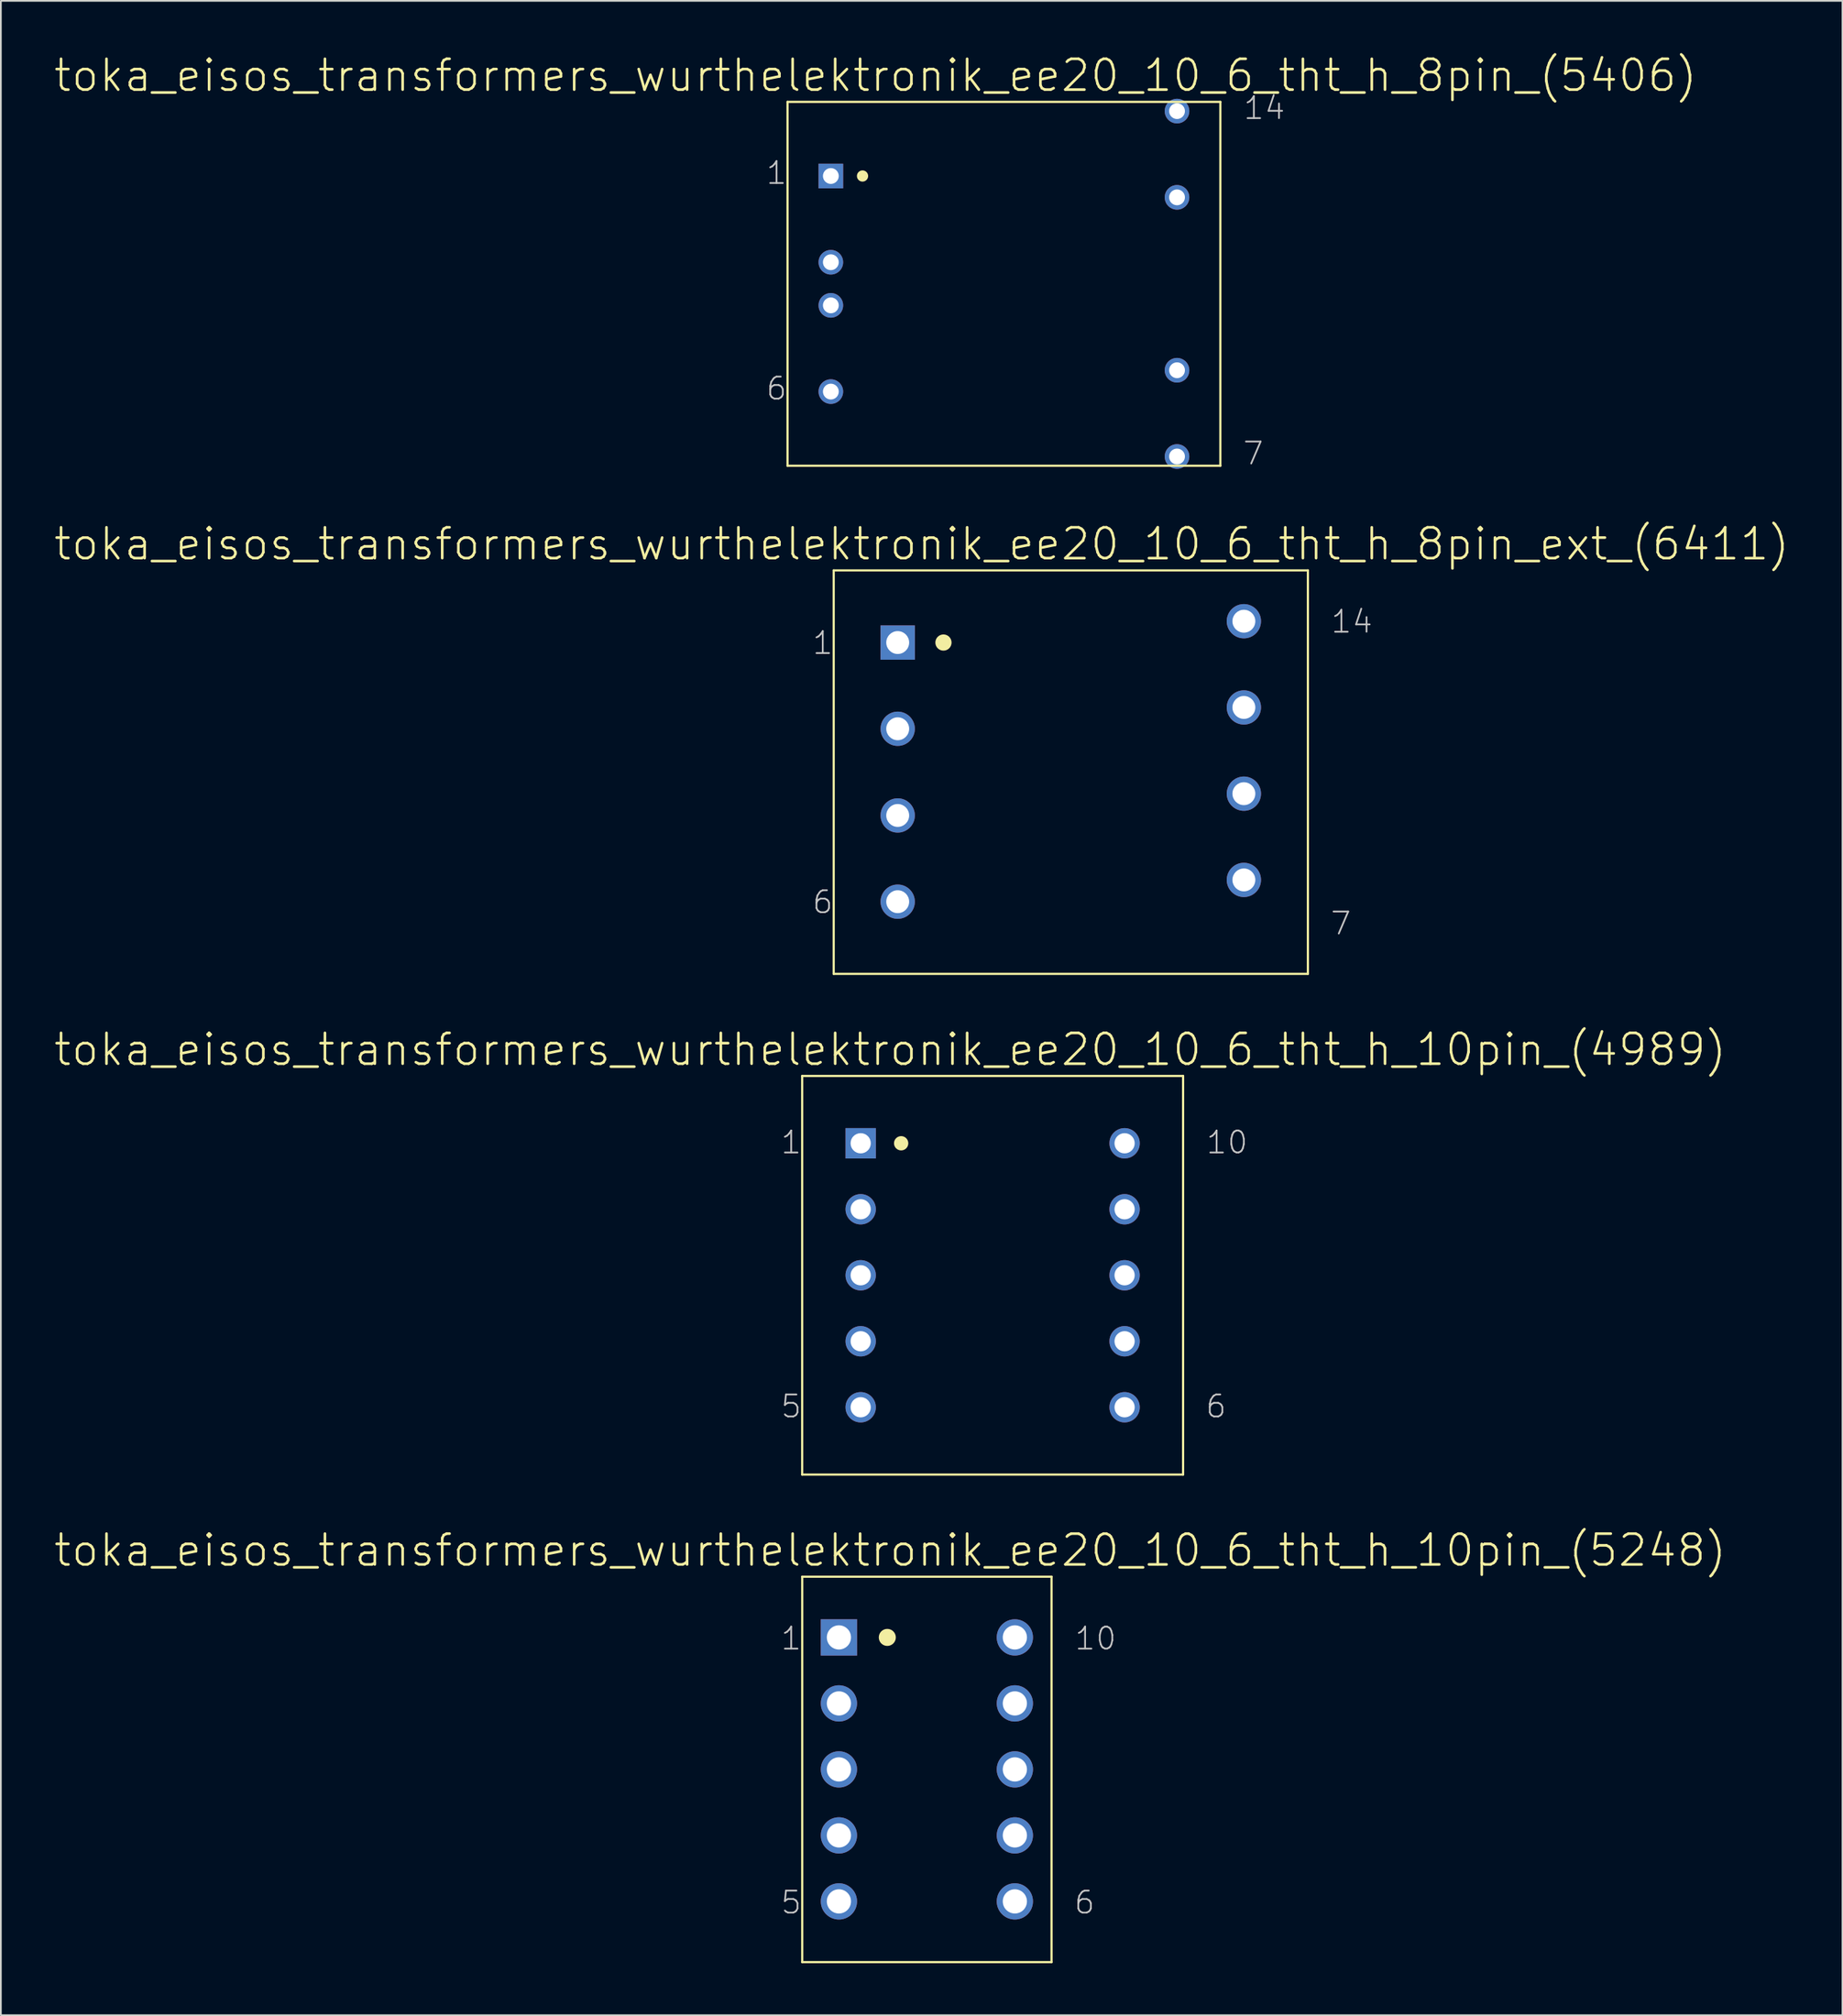
<source format=kicad_pcb>
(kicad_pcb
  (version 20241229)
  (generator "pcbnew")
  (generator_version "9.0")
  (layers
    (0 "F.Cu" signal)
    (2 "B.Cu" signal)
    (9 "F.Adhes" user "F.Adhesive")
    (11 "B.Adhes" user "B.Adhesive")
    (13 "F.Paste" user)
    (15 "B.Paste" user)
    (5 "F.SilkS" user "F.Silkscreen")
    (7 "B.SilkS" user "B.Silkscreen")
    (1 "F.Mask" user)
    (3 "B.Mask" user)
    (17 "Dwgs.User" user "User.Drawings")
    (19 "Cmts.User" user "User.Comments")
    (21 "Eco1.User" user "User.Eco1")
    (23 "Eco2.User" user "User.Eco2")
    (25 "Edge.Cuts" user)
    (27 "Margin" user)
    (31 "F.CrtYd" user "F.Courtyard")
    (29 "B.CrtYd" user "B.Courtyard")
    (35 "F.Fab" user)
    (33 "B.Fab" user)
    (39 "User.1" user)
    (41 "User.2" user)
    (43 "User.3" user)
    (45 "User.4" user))
  (footprint "toka_eisos_transformers_wurthelektronik_ee20_10_6_tht_h_10pin_(4989)"
    (layer "F.Cu")
    (at 54.271 70.572)
    (property "Reference" "toka_eisos_transformers_wurthelektronik_ee20_10_6_tht_h_10pin_(4989)" (at -5.918 -13.03 0) (layer "F.SilkS") (effects (font (size 1.778 1.778) (thickness 0.152))))
    (attr exclude_from_pos_files exclude_from_bom)
    (fp_line (start -10.998 -11.506) (end -10.998 11.506) (stroke (width 0.127) (type solid)) (layer "F.SilkS"))
    (fp_line (start -10.998 -11.506) (end 10.998 -11.506) (stroke (width 0.127) (type solid)) (layer "F.SilkS"))
    (fp_line (start -10.998 11.506) (end 10.998 11.506) (stroke (width 0.127) (type solid)) (layer "F.SilkS"))
    (fp_line (start 10.998 -11.506) (end 10.998 11.506) (stroke (width 0.127) (type solid)) (layer "F.SilkS"))
    (fp_circle (center -5.283 -7.62) (end -5.575 -7.912) (stroke (width 0) (type solid)) (fill yes) (layer "F.SilkS"))
    (fp_text user "5" (at -11.633 7.569 0) (layer "Dwgs.User") (effects (font (size 1.27 1.27) (thickness 0.102))))
    (fp_text user "1" (at -11.633 -7.671 0) (layer "Dwgs.User") (effects (font (size 1.27 1.27) (thickness 0.102))))
    (fp_text user "6" (at 12.903 7.569 0) (layer "Dwgs.User") (effects (font (size 1.27 1.27) (thickness 0.102))))
    (fp_text user "10" (at 13.538 -7.671 0) (layer "Dwgs.User") (effects (font (size 1.27 1.27) (thickness 0.102))))
    (pad "1" thru_hole rect (at -7.62 -7.62) (size 1.753 1.753) (drill 1.168) (layers "*.Cu" "*.Paste" "*.Mask"))
    (pad "2" thru_hole circle (at -7.62 -3.81) (size 1.753 1.753) (drill 1.168) (layers "*.Cu" "*.Paste" "*.Mask"))
    (pad "3" thru_hole circle (at -7.62 0) (size 1.753 1.753) (drill 1.168) (layers "*.Cu" "*.Paste" "*.Mask"))
    (pad "4" thru_hole circle (at -7.62 3.81) (size 1.753 1.753) (drill 1.168) (layers "*.Cu" "*.Paste" "*.Mask"))
    (pad "5" thru_hole circle (at -7.62 7.62) (size 1.753 1.753) (drill 1.168) (layers "*.Cu" "*.Paste" "*.Mask"))
    (pad "6" thru_hole circle (at 7.62 7.62) (size 1.753 1.753) (drill 1.168) (layers "*.Cu" "*.Paste" "*.Mask"))
    (pad "7" thru_hole circle (at 7.62 3.81) (size 1.753 1.753) (drill 1.168) (layers "*.Cu" "*.Paste" "*.Mask"))
    (pad "8" thru_hole circle (at 7.62 0) (size 1.753 1.753) (drill 1.168) (layers "*.Cu" "*.Paste" "*.Mask"))
    (pad "9" thru_hole circle (at 7.62 -3.81) (size 1.753 1.753) (drill 1.168) (layers "*.Cu" "*.Paste" "*.Mask"))
    (pad "10" thru_hole circle (at 7.62 -7.62) (size 1.753 1.753) (drill 1.168) (layers "*.Cu" "*.Paste" "*.Mask")))
  (footprint "toka_eisos_transformers_wurthelektronik_ee20_10_6_tht_h_8pin_(5406)"
    (layer "F.Cu")
    (at 54.923 13.334)
    (property "Reference" "toka_eisos_transformers_wurthelektronik_ee20_10_6_tht_h_8pin_(5406)" (at -7.417 -12.027 0) (layer "F.SilkS") (effects (font (size 1.778 1.778) (thickness 0.152))))
    (attr exclude_from_pos_files exclude_from_bom)
    (fp_line (start -12.497 -10.503) (end -12.497 10.503) (stroke (width 0.127) (type solid)) (layer "F.SilkS"))
    (fp_line (start -12.497 -10.503) (end 12.497 -10.503) (stroke (width 0.127) (type solid)) (layer "F.SilkS"))
    (fp_line (start -12.497 10.503) (end 12.497 10.503) (stroke (width 0.127) (type solid)) (layer "F.SilkS"))
    (fp_line (start 12.497 -10.503) (end 12.497 10.503) (stroke (width 0.127) (type solid)) (layer "F.SilkS"))
    (fp_circle (center -8.166 -6.223) (end -8.395 -6.452) (stroke (width 0) (type solid)) (fill yes) (layer "F.SilkS"))
    (fp_text user "14" (at 15.037 -10.147 0) (layer "Dwgs.User") (effects (font (size 1.27 1.27) (thickness 0.102))))
    (fp_text user "7" (at 14.399 9.792 0) (layer "Dwgs.User") (effects (font (size 1.27 1.27) (thickness 0.102))))
    (fp_text user "1" (at -13.132 -6.401 0) (layer "Dwgs.User") (effects (font (size 1.27 1.27) (thickness 0.102))))
    (fp_text user "6" (at -13.132 6.045 0) (layer "Dwgs.User") (effects (font (size 1.27 1.27) (thickness 0.102))))
    (pad "1" thru_hole rect (at -9.995 -6.223) (size 1.422 1.422) (drill 0.914) (layers "*.Cu" "*.Paste" "*.Mask"))
    (pad "3" thru_hole circle (at -9.995 -1.245) (size 1.422 1.422) (drill 0.914) (layers "*.Cu" "*.Paste" "*.Mask"))
    (pad "4" thru_hole circle (at -9.995 1.245) (size 1.422 1.422) (drill 0.914) (layers "*.Cu" "*.Paste" "*.Mask"))
    (pad "6" thru_hole circle (at -9.995 6.223) (size 1.422 1.422) (drill 0.914) (layers "*.Cu" "*.Paste" "*.Mask"))
    (pad "7" thru_hole circle (at 9.995 9.97) (size 1.422 1.422) (drill 0.914) (layers "*.Cu" "*.Paste" "*.Mask"))
    (pad "9" thru_hole circle (at 9.995 4.991) (size 1.422 1.422) (drill 0.914) (layers "*.Cu" "*.Paste" "*.Mask"))
    (pad "12" thru_hole circle (at 9.995 -4.991) (size 1.422 1.422) (drill 0.914) (layers "*.Cu" "*.Paste" "*.Mask"))
    (pad "14" thru_hole circle (at 9.995 -9.97) (size 1.422 1.422) (drill 0.914) (layers "*.Cu" "*.Paste" "*.Mask")))
  (footprint "toka_eisos_transformers_wurthelektronik_ee20_10_6_tht_h_8pin_ext_(6411)"
    (layer "F.Cu")
    (at 58.784 41.525)
    (property "Reference" "toka_eisos_transformers_wurthelektronik_ee20_10_6_tht_h_8pin_ext_(6411)" (at -8.611 -13.17 0) (layer "F.SilkS") (effects (font (size 1.778 1.778) (thickness 0.152))))
    (attr exclude_from_pos_files exclude_from_bom)
    (fp_line (start -13.691 -11.646) (end -13.691 11.646) (stroke (width 0.127) (type solid)) (layer "F.SilkS"))
    (fp_line (start -13.691 -11.646) (end 13.691 -11.646) (stroke (width 0.127) (type solid)) (layer "F.SilkS"))
    (fp_line (start -13.691 11.646) (end 13.691 11.646) (stroke (width 0.127) (type solid)) (layer "F.SilkS"))
    (fp_line (start 13.691 -11.646) (end 13.691 11.646) (stroke (width 0.127) (type solid)) (layer "F.SilkS"))
    (fp_circle (center -7.353 -7.48) (end -7.684 -7.811) (stroke (width 0) (type solid)) (fill yes) (layer "F.SilkS"))
    (fp_text user "7" (at 15.596 8.735 0) (layer "Dwgs.User") (effects (font (size 1.27 1.27) (thickness 0.102))))
    (fp_text user "1" (at -14.323 -7.455 0) (layer "Dwgs.User") (effects (font (size 1.27 1.27) (thickness 0.102))))
    (fp_text user "14" (at 16.231 -8.687 0) (layer "Dwgs.User") (effects (font (size 1.27 1.27) (thickness 0.102))))
    (fp_text user "6" (at -14.323 7.506 0) (layer "Dwgs.User") (effects (font (size 1.27 1.27) (thickness 0.102))))
    (pad "1" thru_hole rect (at -9.995 -7.48) (size 1.981 1.981) (drill 1.321) (layers "*.Cu" "*.Paste" "*.Mask"))
    (pad "3" thru_hole circle (at -9.995 -2.502) (size 1.981 1.981) (drill 1.321) (layers "*.Cu" "*.Paste" "*.Mask"))
    (pad "4" thru_hole circle (at -9.995 2.502) (size 1.981 1.981) (drill 1.321) (layers "*.Cu" "*.Paste" "*.Mask"))
    (pad "6" thru_hole circle (at -9.995 7.48) (size 1.981 1.981) (drill 1.321) (layers "*.Cu" "*.Paste" "*.Mask"))
    (pad "8" thru_hole circle (at 9.995 6.223) (size 1.981 1.981) (drill 1.321) (layers "*.Cu" "*.Paste" "*.Mask"))
    (pad "10" thru_hole circle (at 9.995 1.245) (size 1.981 1.981) (drill 1.321) (layers "*.Cu" "*.Paste" "*.Mask"))
    (pad "12" thru_hole circle (at 9.995 -3.734) (size 1.981 1.981) (drill 1.321) (layers "*.Cu" "*.Paste" "*.Mask"))
    (pad "14" thru_hole circle (at 9.995 -8.712) (size 1.981 1.981) (drill 1.321) (layers "*.Cu" "*.Paste" "*.Mask")))
  (footprint "toka_eisos_transformers_wurthelektronik_ee20_10_6_tht_h_10pin_(5248)"
    (layer "F.Cu")
    (at 50.474 99.099)
    (property "Reference" "toka_eisos_transformers_wurthelektronik_ee20_10_6_tht_h_10pin_(5248)" (at -2.121 -12.649 0) (layer "F.SilkS") (effects (font (size 1.778 1.778) (thickness 0.152))))
    (attr exclude_from_pos_files exclude_from_bom)
    (fp_line (start -7.198 -11.125) (end -7.198 11.125) (stroke (width 0.127) (type solid)) (layer "F.SilkS"))
    (fp_line (start -7.198 -11.125) (end 7.198 -11.125) (stroke (width 0.127) (type solid)) (layer "F.SilkS"))
    (fp_line (start -7.198 11.125) (end 7.198 11.125) (stroke (width 0.127) (type solid)) (layer "F.SilkS"))
    (fp_line (start 7.198 -11.125) (end 7.198 11.125) (stroke (width 0.127) (type solid)) (layer "F.SilkS"))
    (fp_circle (center -2.286 -7.62) (end -2.634 -7.968) (stroke (width 0) (type solid)) (fill yes) (layer "F.SilkS"))
    (fp_text user "6" (at 9.106 7.684 0) (layer "Dwgs.User") (effects (font (size 1.27 1.27) (thickness 0.102))))
    (fp_text user "1" (at -7.836 -7.556 0) (layer "Dwgs.User") (effects (font (size 1.27 1.27) (thickness 0.102))))
    (fp_text user "5" (at -7.836 7.684 0) (layer "Dwgs.User") (effects (font (size 1.27 1.27) (thickness 0.102))))
    (fp_text user "10" (at 9.741 -7.556 0) (layer "Dwgs.User") (effects (font (size 1.27 1.27) (thickness 0.102))))
    (pad "1" thru_hole rect (at -5.08 -7.62) (size 2.095 2.095) (drill 1.397) (layers "*.Cu" "*.Paste" "*.Mask"))
    (pad "2" thru_hole circle (at -5.08 -3.81) (size 2.095 2.095) (drill 1.397) (layers "*.Cu" "*.Paste" "*.Mask"))
    (pad "3" thru_hole circle (at -5.08 0) (size 2.095 2.095) (drill 1.397) (layers "*.Cu" "*.Paste" "*.Mask"))
    (pad "4" thru_hole circle (at -5.08 3.81) (size 2.095 2.095) (drill 1.397) (layers "*.Cu" "*.Paste" "*.Mask"))
    (pad "5" thru_hole circle (at -5.08 7.62) (size 2.095 2.095) (drill 1.397) (layers "*.Cu" "*.Paste" "*.Mask"))
    (pad "6" thru_hole circle (at 5.08 7.62) (size 2.095 2.095) (drill 1.397) (layers "*.Cu" "*.Paste" "*.Mask"))
    (pad "7" thru_hole circle (at 5.08 3.81) (size 2.095 2.095) (drill 1.397) (layers "*.Cu" "*.Paste" "*.Mask"))
    (pad "8" thru_hole circle (at 5.08 0) (size 2.095 2.095) (drill 1.397) (layers "*.Cu" "*.Paste" "*.Mask"))
    (pad "9" thru_hole circle (at 5.08 -3.81) (size 2.095 2.095) (drill 1.397) (layers "*.Cu" "*.Paste" "*.Mask"))
    (pad "10" thru_hole circle (at 5.08 -7.62) (size 2.095 2.095) (drill 1.397) (layers "*.Cu" "*.Paste" "*.Mask")))
  (gr_rect
    (start -3 -3)
    (end 103.347 113.287)
    (stroke (width 0.1) (type default))
    (fill no)
    (layer "Edge.Cuts")))
</source>
